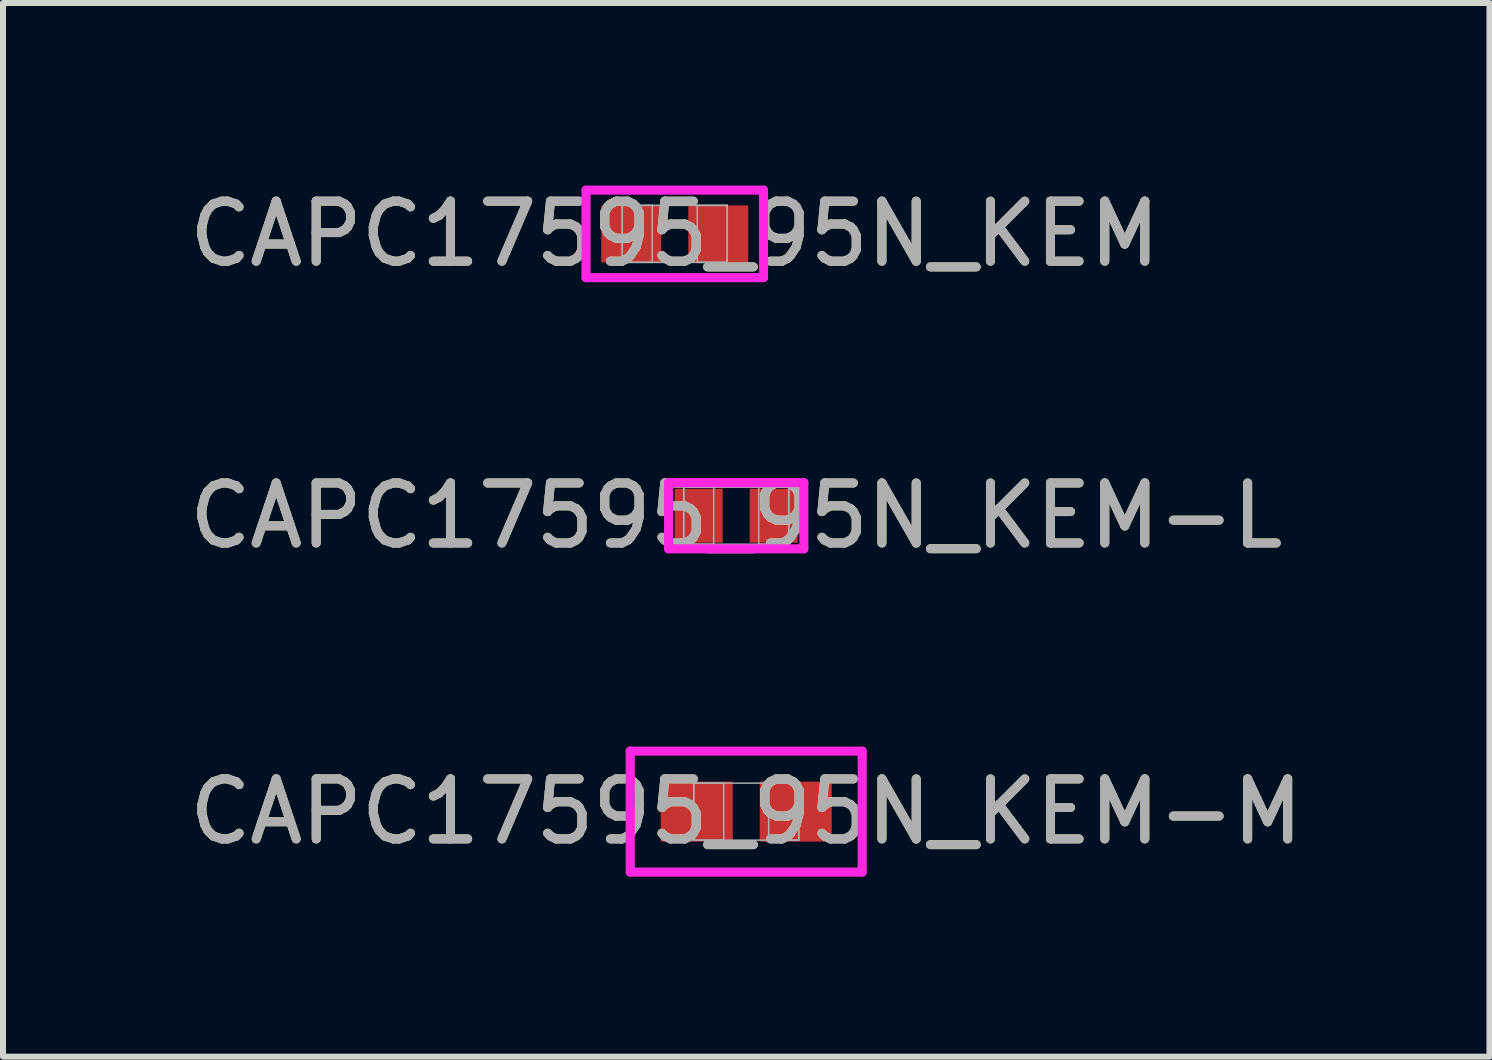
<source format=kicad_pcb>
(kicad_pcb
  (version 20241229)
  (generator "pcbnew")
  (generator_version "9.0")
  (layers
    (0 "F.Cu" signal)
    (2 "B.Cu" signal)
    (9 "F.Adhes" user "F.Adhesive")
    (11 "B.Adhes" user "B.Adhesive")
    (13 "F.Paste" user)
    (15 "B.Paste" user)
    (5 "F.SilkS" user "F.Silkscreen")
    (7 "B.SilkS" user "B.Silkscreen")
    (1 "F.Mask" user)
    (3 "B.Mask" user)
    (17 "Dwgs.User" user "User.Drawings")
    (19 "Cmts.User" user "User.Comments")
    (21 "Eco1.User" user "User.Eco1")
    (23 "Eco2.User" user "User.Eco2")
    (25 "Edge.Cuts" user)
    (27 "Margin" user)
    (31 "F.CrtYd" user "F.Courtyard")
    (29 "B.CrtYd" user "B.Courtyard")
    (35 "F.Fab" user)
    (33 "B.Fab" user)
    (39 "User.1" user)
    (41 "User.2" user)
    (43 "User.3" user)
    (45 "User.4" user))
  (footprint "CAPC17595_95N_KEM-L"
    (layer "F.Cu")
    (at 9.22 5.545)
    (property "Reference" "CAPC17595_95N_KEM-L" (at 0 0 0) (unlocked yes) (layer "F.SilkS") (effects (font (size 1 1) (thickness 0.15))))
    (attr smd)
    (fp_line (start -1.127 -0.552) (end 1.127 -0.552) (stroke (width 0.152) (type solid)) (layer "F.CrtYd"))
    (fp_line (start -1.127 0.552) (end -1.127 -0.552) (stroke (width 0.152) (type solid)) (layer "F.CrtYd"))
    (fp_line (start 1.127 -0.552) (end 1.127 0.552) (stroke (width 0.152) (type solid)) (layer "F.CrtYd"))
    (fp_line (start 1.127 0.552) (end -1.127 0.552) (stroke (width 0.152) (type solid)) (layer "F.CrtYd"))
    (fp_line (start -0.875 -0.475) (end -0.875 0.475) (stroke (width 0.025) (type solid)) (layer "F.Fab"))
    (fp_line (start -0.875 -0.475) (end -0.875 0.475) (stroke (width 0.025) (type solid)) (layer "F.Fab"))
    (fp_line (start -0.875 0.475) (end -0.375 0.475) (stroke (width 0.025) (type solid)) (layer "F.Fab"))
    (fp_line (start -0.875 0.475) (end 0.875 0.475) (stroke (width 0.025) (type solid)) (layer "F.Fab"))
    (fp_line (start -0.375 -0.475) (end -0.875 -0.475) (stroke (width 0.025) (type solid)) (layer "F.Fab"))
    (fp_line (start -0.375 0.475) (end -0.375 -0.475) (stroke (width 0.025) (type solid)) (layer "F.Fab"))
    (fp_line (start 0.375 -0.475) (end 0.375 0.475) (stroke (width 0.025) (type solid)) (layer "F.Fab"))
    (fp_line (start 0.375 0.475) (end 0.875 0.475) (stroke (width 0.025) (type solid)) (layer "F.Fab"))
    (fp_line (start 0.875 -0.475) (end -0.875 -0.475) (stroke (width 0.025) (type solid)) (layer "F.Fab"))
    (fp_line (start 0.875 -0.475) (end 0.375 -0.475) (stroke (width 0.025) (type solid)) (layer "F.Fab"))
    (fp_line (start 0.875 0.475) (end 0.875 -0.475) (stroke (width 0.025) (type solid)) (layer "F.Fab"))
    (fp_line (start 0.875 0.475) (end 0.875 -0.475) (stroke (width 0.025) (type solid)) (layer "F.Fab"))
    (fp_text user "${REFERENCE}" (at 0 0 0) (unlocked yes) (layer "F.Fab") (effects (font (size 1 1) (thickness 0.15))))
    (pad "1" smd rect (at -0.625 0) (size 0.8 0.9) (layers "F.Cu" "F.Mask" "F.Paste"))
    (pad "2" smd rect (at 0.625 0) (size 0.8 0.9) (layers "F.Cu" "F.Mask" "F.Paste"))
    (zone (net_name "") (layer "F.Cu") (hatch full 0.508) (connect_pads) (min_thickness 0.254) (filled_areas_thickness no) (keepout (tracks not_allowed) (vias not_allowed) (pads allowed) (copperpour not_allowed) (footprints allowed)) (placement (enabled no)) (fill) (polygon (pts (xy 9.046 5.121) (xy 9.394 5.121) (xy 9.394 5.969) (xy 9.046 5.969)))))
  (footprint "CAPC17595_95N_KEM"
    (layer "F.Cu")
    (at 8.196 0.848)
    (property "Reference" "CAPC17595_95N_KEM" (at 0 0 0) (unlocked yes) (layer "F.SilkS") (effects (font (size 1 1) (thickness 0.15))))
    (attr smd)
    (fp_line (start -1.479 -0.729) (end 1.479 -0.729) (stroke (width 0.152) (type solid)) (layer "F.CrtYd"))
    (fp_line (start -1.479 0.729) (end -1.479 -0.729) (stroke (width 0.152) (type solid)) (layer "F.CrtYd"))
    (fp_line (start 1.479 -0.729) (end 1.479 0.729) (stroke (width 0.152) (type solid)) (layer "F.CrtYd"))
    (fp_line (start 1.479 0.729) (end -1.479 0.729) (stroke (width 0.152) (type solid)) (layer "F.CrtYd"))
    (fp_line (start -0.875 -0.475) (end -0.875 0.475) (stroke (width 0.025) (type solid)) (layer "F.Fab"))
    (fp_line (start -0.875 -0.475) (end -0.875 0.475) (stroke (width 0.025) (type solid)) (layer "F.Fab"))
    (fp_line (start -0.875 0.475) (end -0.375 0.475) (stroke (width 0.025) (type solid)) (layer "F.Fab"))
    (fp_line (start -0.875 0.475) (end 0.875 0.475) (stroke (width 0.025) (type solid)) (layer "F.Fab"))
    (fp_line (start -0.375 -0.475) (end -0.875 -0.475) (stroke (width 0.025) (type solid)) (layer "F.Fab"))
    (fp_line (start -0.375 0.475) (end -0.375 -0.475) (stroke (width 0.025) (type solid)) (layer "F.Fab"))
    (fp_line (start 0.375 -0.475) (end 0.375 0.475) (stroke (width 0.025) (type solid)) (layer "F.Fab"))
    (fp_line (start 0.375 0.475) (end 0.875 0.475) (stroke (width 0.025) (type solid)) (layer "F.Fab"))
    (fp_line (start 0.875 -0.475) (end -0.875 -0.475) (stroke (width 0.025) (type solid)) (layer "F.Fab"))
    (fp_line (start 0.875 -0.475) (end 0.375 -0.475) (stroke (width 0.025) (type solid)) (layer "F.Fab"))
    (fp_line (start 0.875 0.475) (end 0.875 -0.475) (stroke (width 0.025) (type solid)) (layer "F.Fab"))
    (fp_line (start 0.875 0.475) (end 0.875 -0.475) (stroke (width 0.025) (type solid)) (layer "F.Fab"))
    (fp_text user "${REFERENCE}" (at 0 0 0) (unlocked yes) (layer "F.Fab") (effects (font (size 1 1) (thickness 0.15))))
    (pad "1" smd rect (at -0.725 0) (size 1 0.95) (layers "F.Cu" "F.Mask" "F.Paste"))
    (pad "2" smd rect (at 0.725 0) (size 1 0.95) (layers "F.Cu" "F.Mask" "F.Paste"))
    (zone (net_name "") (layer "F.Cu") (hatch full 0.508) (connect_pads) (min_thickness 0.254) (filled_areas_thickness no) (keepout (tracks not_allowed) (vias not_allowed) (pads allowed) (copperpour not_allowed) (footprints allowed)) (placement (enabled no)) (fill) (polygon (pts (xy 8.022 0.424) (xy 8.371 0.424) (xy 8.371 1.272) (xy 8.022 1.272)))))
  (footprint "CAPC17595_95N_KEM-M"
    (layer "F.Cu")
    (at 9.387 10.477)
    (property "Reference" "CAPC17595_95N_KEM-M" (at 0 0 0) (unlocked yes) (layer "F.SilkS") (effects (font (size 1 1) (thickness 0.15))))
    (attr smd)
    (fp_line (start -1.933 -1.008) (end 1.933 -1.008) (stroke (width 0.152) (type solid)) (layer "F.CrtYd"))
    (fp_line (start -1.933 1.008) (end -1.933 -1.008) (stroke (width 0.152) (type solid)) (layer "F.CrtYd"))
    (fp_line (start 1.933 -1.008) (end 1.933 1.008) (stroke (width 0.152) (type solid)) (layer "F.CrtYd"))
    (fp_line (start 1.933 1.008) (end -1.933 1.008) (stroke (width 0.152) (type solid)) (layer "F.CrtYd"))
    (fp_line (start -0.875 -0.475) (end -0.875 0.475) (stroke (width 0.025) (type solid)) (layer "F.Fab"))
    (fp_line (start -0.875 -0.475) (end -0.875 0.475) (stroke (width 0.025) (type solid)) (layer "F.Fab"))
    (fp_line (start -0.875 0.475) (end -0.375 0.475) (stroke (width 0.025) (type solid)) (layer "F.Fab"))
    (fp_line (start -0.875 0.475) (end 0.875 0.475) (stroke (width 0.025) (type solid)) (layer "F.Fab"))
    (fp_line (start -0.375 -0.475) (end -0.875 -0.475) (stroke (width 0.025) (type solid)) (layer "F.Fab"))
    (fp_line (start -0.375 0.475) (end -0.375 -0.475) (stroke (width 0.025) (type solid)) (layer "F.Fab"))
    (fp_line (start 0.375 -0.475) (end 0.375 0.475) (stroke (width 0.025) (type solid)) (layer "F.Fab"))
    (fp_line (start 0.375 0.475) (end 0.875 0.475) (stroke (width 0.025) (type solid)) (layer "F.Fab"))
    (fp_line (start 0.875 -0.475) (end -0.875 -0.475) (stroke (width 0.025) (type solid)) (layer "F.Fab"))
    (fp_line (start 0.875 -0.475) (end 0.375 -0.475) (stroke (width 0.025) (type solid)) (layer "F.Fab"))
    (fp_line (start 0.875 0.475) (end 0.875 -0.475) (stroke (width 0.025) (type solid)) (layer "F.Fab"))
    (fp_line (start 0.875 0.475) (end 0.875 -0.475) (stroke (width 0.025) (type solid)) (layer "F.Fab"))
    (fp_text user "${REFERENCE}" (at 0 0 0) (unlocked yes) (layer "F.Fab") (effects (font (size 1 1) (thickness 0.15))))
    (pad "1" smd rect (at -0.825 0) (size 1.2 1) (layers "F.Cu" "F.Mask" "F.Paste"))
    (pad "2" smd rect (at 0.825 0) (size 1.2 1) (layers "F.Cu" "F.Mask" "F.Paste"))
    (zone (net_name "") (layer "F.Cu") (hatch full 0.508) (connect_pads) (min_thickness 0.254) (filled_areas_thickness no) (keepout (tracks not_allowed) (vias not_allowed) (pads allowed) (copperpour not_allowed) (footprints allowed)) (placement (enabled no)) (fill) (polygon (pts (xy 9.213 10.053) (xy 9.561 10.053) (xy 9.561 10.901) (xy 9.213 10.901)))))
  (gr_rect
    (start -3 -3)
    (end 21.774 14.561)
    (stroke (width 0.1) (type default))
    (fill no)
    (layer "Edge.Cuts")))
</source>
